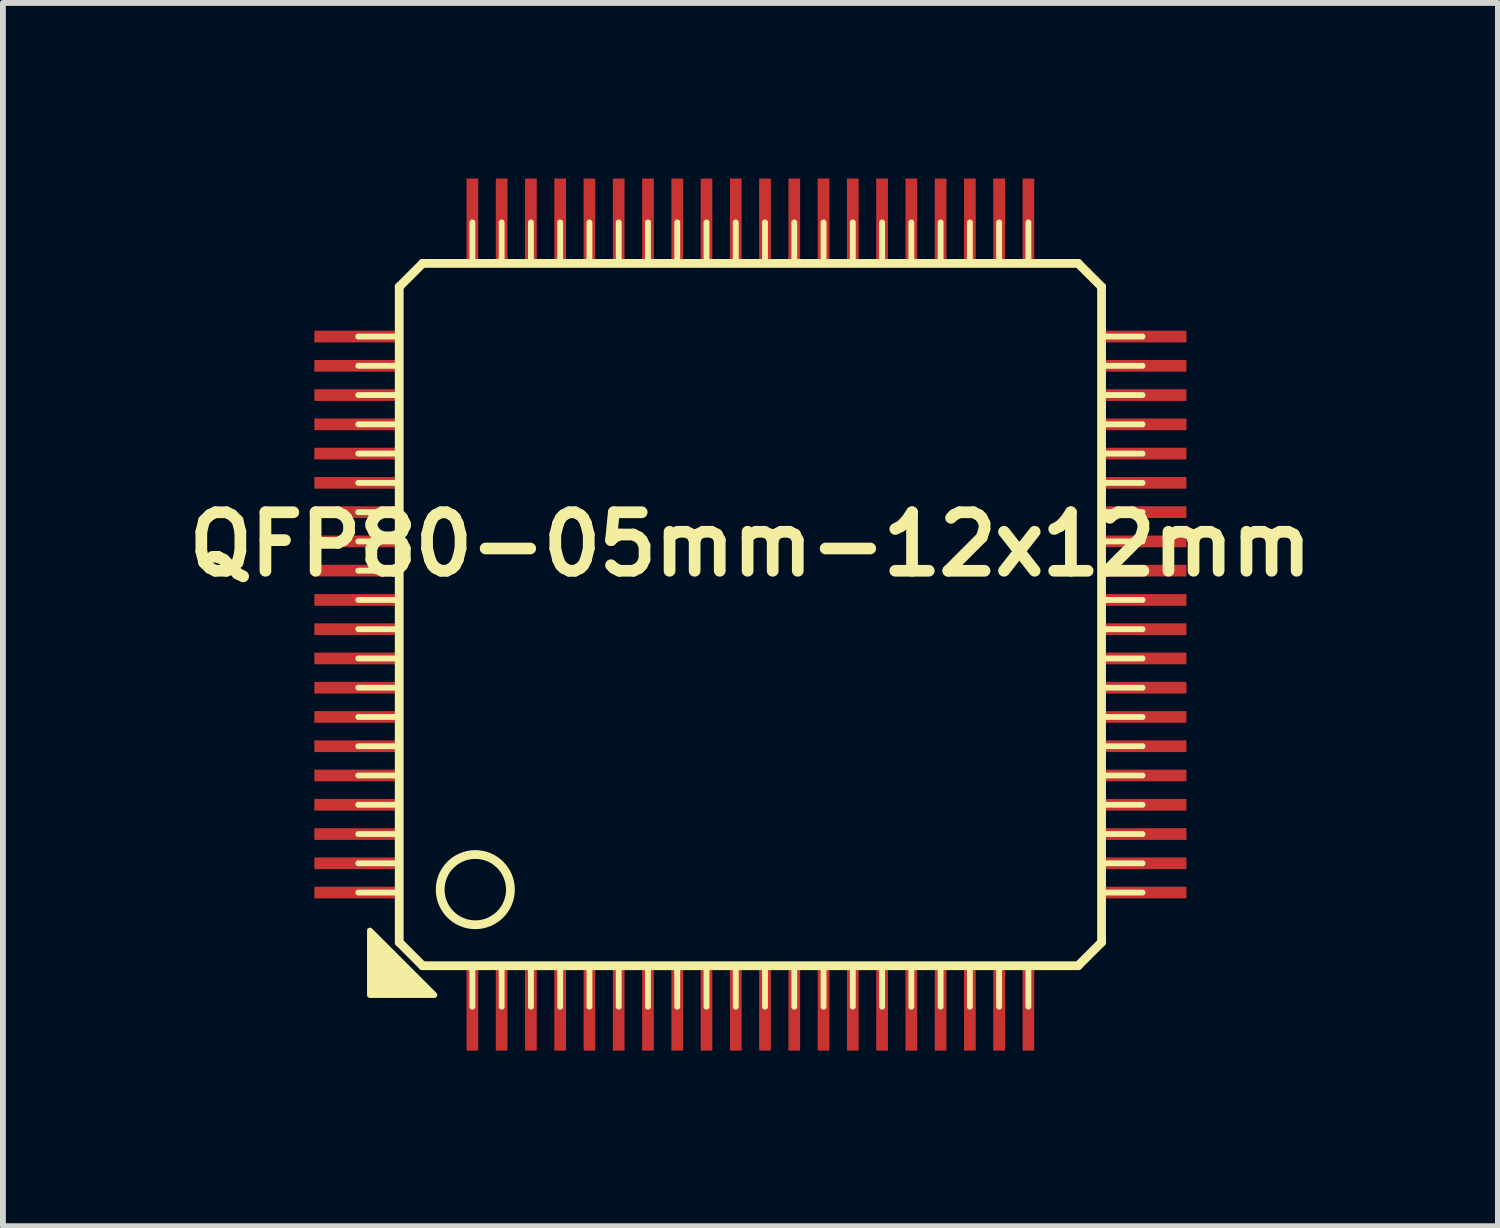
<source format=kicad_pcb>
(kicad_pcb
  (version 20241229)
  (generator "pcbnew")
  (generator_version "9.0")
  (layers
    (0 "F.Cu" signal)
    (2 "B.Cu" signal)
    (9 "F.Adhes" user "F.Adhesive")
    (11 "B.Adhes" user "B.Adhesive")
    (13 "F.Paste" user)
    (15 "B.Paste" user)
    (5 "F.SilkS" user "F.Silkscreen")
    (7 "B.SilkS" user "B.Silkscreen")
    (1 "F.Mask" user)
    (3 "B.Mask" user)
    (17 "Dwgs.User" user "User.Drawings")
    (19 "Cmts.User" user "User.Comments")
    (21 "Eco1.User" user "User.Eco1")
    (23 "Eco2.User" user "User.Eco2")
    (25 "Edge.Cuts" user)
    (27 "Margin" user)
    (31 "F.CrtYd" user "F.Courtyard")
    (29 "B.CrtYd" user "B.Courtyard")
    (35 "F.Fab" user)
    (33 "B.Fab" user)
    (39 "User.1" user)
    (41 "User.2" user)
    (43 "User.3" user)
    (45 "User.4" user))
  (footprint "QFP80-05mm-12x12mm"
    (layer "F.Cu")
    (at 9.771 7.45)
    (property "Reference" "QFP80-05mm-12x12mm" (at 0 -1.2 0) (layer "F.SilkS") (effects (font (size 1 1) (thickness 0.2))))
    (attr through_hole)
    (fp_line (start -6 -5.6) (end -6 5.6) (stroke (width 0.15) (type solid)) (layer "F.SilkS"))
    (fp_line (start -6 -4.75) (end -6.7 -4.75) (stroke (width 0.1) (type solid)) (layer "F.SilkS"))
    (fp_line (start -6 -4.25) (end -6.7 -4.25) (stroke (width 0.1) (type solid)) (layer "F.SilkS"))
    (fp_line (start -6 -3.75) (end -6.7 -3.75) (stroke (width 0.1) (type solid)) (layer "F.SilkS"))
    (fp_line (start -6 -3.25) (end -6.7 -3.25) (stroke (width 0.1) (type solid)) (layer "F.SilkS"))
    (fp_line (start -6 -2.75) (end -6.7 -2.75) (stroke (width 0.1) (type solid)) (layer "F.SilkS"))
    (fp_line (start -6 -2.25) (end -6.7 -2.25) (stroke (width 0.1) (type solid)) (layer "F.SilkS"))
    (fp_line (start -6 -1.75) (end -6.7 -1.75) (stroke (width 0.1) (type solid)) (layer "F.SilkS"))
    (fp_line (start -6 -1.25) (end -6.7 -1.25) (stroke (width 0.1) (type solid)) (layer "F.SilkS"))
    (fp_line (start -6 -0.75) (end -6.7 -0.75) (stroke (width 0.1) (type solid)) (layer "F.SilkS"))
    (fp_line (start -6 -0.25) (end -6.7 -0.25) (stroke (width 0.1) (type solid)) (layer "F.SilkS"))
    (fp_line (start -6 0.25) (end -6.7 0.25) (stroke (width 0.1) (type solid)) (layer "F.SilkS"))
    (fp_line (start -6 0.75) (end -6.7 0.75) (stroke (width 0.1) (type solid)) (layer "F.SilkS"))
    (fp_line (start -6 1.25) (end -6.7 1.25) (stroke (width 0.1) (type solid)) (layer "F.SilkS"))
    (fp_line (start -6 1.75) (end -6.7 1.75) (stroke (width 0.1) (type solid)) (layer "F.SilkS"))
    (fp_line (start -6 2.25) (end -6.7 2.25) (stroke (width 0.1) (type solid)) (layer "F.SilkS"))
    (fp_line (start -6 2.75) (end -6.7 2.75) (stroke (width 0.1) (type solid)) (layer "F.SilkS"))
    (fp_line (start -6 3.25) (end -6.7 3.25) (stroke (width 0.1) (type solid)) (layer "F.SilkS"))
    (fp_line (start -6 3.75) (end -6.7 3.75) (stroke (width 0.1) (type solid)) (layer "F.SilkS"))
    (fp_line (start -6 4.25) (end -6.7 4.25) (stroke (width 0.1) (type solid)) (layer "F.SilkS"))
    (fp_line (start -6 4.75) (end -6.7 4.75) (stroke (width 0.1) (type solid)) (layer "F.SilkS"))
    (fp_line (start -6 5.6) (end -5.6 6) (stroke (width 0.15) (type solid)) (layer "F.SilkS"))
    (fp_line (start -5.6 -6) (end -6 -5.6) (stroke (width 0.15) (type solid)) (layer "F.SilkS"))
    (fp_line (start -5.6 6) (end 5.6 6) (stroke (width 0.15) (type solid)) (layer "F.SilkS"))
    (fp_line (start -4.75 -6.7) (end -4.75 -6) (stroke (width 0.1) (type solid)) (layer "F.SilkS"))
    (fp_line (start -4.75 6) (end -4.75 6.7) (stroke (width 0.1) (type solid)) (layer "F.SilkS"))
    (fp_line (start -4.25 -6.7) (end -4.25 -6) (stroke (width 0.1) (type solid)) (layer "F.SilkS"))
    (fp_line (start -4.25 6) (end -4.25 6.7) (stroke (width 0.1) (type solid)) (layer "F.SilkS"))
    (fp_line (start -3.75 -6.7) (end -3.75 -6) (stroke (width 0.1) (type solid)) (layer "F.SilkS"))
    (fp_line (start -3.75 6) (end -3.75 6.7) (stroke (width 0.1) (type solid)) (layer "F.SilkS"))
    (fp_line (start -3.25 -6.7) (end -3.25 -6) (stroke (width 0.1) (type solid)) (layer "F.SilkS"))
    (fp_line (start -3.25 6) (end -3.25 6.7) (stroke (width 0.1) (type solid)) (layer "F.SilkS"))
    (fp_line (start -2.75 -6.7) (end -2.75 -6) (stroke (width 0.1) (type solid)) (layer "F.SilkS"))
    (fp_line (start -2.75 6) (end -2.75 6.7) (stroke (width 0.1) (type solid)) (layer "F.SilkS"))
    (fp_line (start -2.25 -6.7) (end -2.25 -6) (stroke (width 0.1) (type solid)) (layer "F.SilkS"))
    (fp_line (start -2.25 6) (end -2.25 6.7) (stroke (width 0.1) (type solid)) (layer "F.SilkS"))
    (fp_line (start -1.75 -6.7) (end -1.75 -6) (stroke (width 0.1) (type solid)) (layer "F.SilkS"))
    (fp_line (start -1.75 6) (end -1.75 6.7) (stroke (width 0.1) (type solid)) (layer "F.SilkS"))
    (fp_line (start -1.25 -6.7) (end -1.25 -6) (stroke (width 0.1) (type solid)) (layer "F.SilkS"))
    (fp_line (start -1.25 6) (end -1.25 6.7) (stroke (width 0.1) (type solid)) (layer "F.SilkS"))
    (fp_line (start -0.75 -6.7) (end -0.75 -6) (stroke (width 0.1) (type solid)) (layer "F.SilkS"))
    (fp_line (start -0.75 6) (end -0.75 6.7) (stroke (width 0.1) (type solid)) (layer "F.SilkS"))
    (fp_line (start -0.25 -6.7) (end -0.25 -6) (stroke (width 0.1) (type solid)) (layer "F.SilkS"))
    (fp_line (start -0.25 6) (end -0.25 6.7) (stroke (width 0.1) (type solid)) (layer "F.SilkS"))
    (fp_line (start 0.25 -6.7) (end 0.25 -6) (stroke (width 0.1) (type solid)) (layer "F.SilkS"))
    (fp_line (start 0.25 6) (end 0.25 6.7) (stroke (width 0.1) (type solid)) (layer "F.SilkS"))
    (fp_line (start 0.75 -6.7) (end 0.75 -6) (stroke (width 0.1) (type solid)) (layer "F.SilkS"))
    (fp_line (start 0.75 6) (end 0.75 6.7) (stroke (width 0.1) (type solid)) (layer "F.SilkS"))
    (fp_line (start 1.25 -6.7) (end 1.25 -6) (stroke (width 0.1) (type solid)) (layer "F.SilkS"))
    (fp_line (start 1.25 6) (end 1.25 6.7) (stroke (width 0.1) (type solid)) (layer "F.SilkS"))
    (fp_line (start 1.75 -6.7) (end 1.75 -6) (stroke (width 0.1) (type solid)) (layer "F.SilkS"))
    (fp_line (start 1.75 6) (end 1.75 6.7) (stroke (width 0.1) (type solid)) (layer "F.SilkS"))
    (fp_line (start 2.25 -6.7) (end 2.25 -6) (stroke (width 0.1) (type solid)) (layer "F.SilkS"))
    (fp_line (start 2.25 6) (end 2.25 6.7) (stroke (width 0.1) (type solid)) (layer "F.SilkS"))
    (fp_line (start 2.75 -6.7) (end 2.75 -6) (stroke (width 0.1) (type solid)) (layer "F.SilkS"))
    (fp_line (start 2.75 6) (end 2.75 6.7) (stroke (width 0.1) (type solid)) (layer "F.SilkS"))
    (fp_line (start 3.25 -6.7) (end 3.25 -6) (stroke (width 0.1) (type solid)) (layer "F.SilkS"))
    (fp_line (start 3.25 6) (end 3.25 6.7) (stroke (width 0.1) (type solid)) (layer "F.SilkS"))
    (fp_line (start 3.75 -6.7) (end 3.75 -6) (stroke (width 0.1) (type solid)) (layer "F.SilkS"))
    (fp_line (start 3.75 6) (end 3.75 6.7) (stroke (width 0.1) (type solid)) (layer "F.SilkS"))
    (fp_line (start 4.25 -6.7) (end 4.25 -6) (stroke (width 0.1) (type solid)) (layer "F.SilkS"))
    (fp_line (start 4.25 6) (end 4.25 6.7) (stroke (width 0.1) (type solid)) (layer "F.SilkS"))
    (fp_line (start 4.75 -6.7) (end 4.75 -6) (stroke (width 0.1) (type solid)) (layer "F.SilkS"))
    (fp_line (start 4.75 6) (end 4.75 6.7) (stroke (width 0.1) (type solid)) (layer "F.SilkS"))
    (fp_line (start 5.6 -6) (end -5.6 -6) (stroke (width 0.15) (type solid)) (layer "F.SilkS"))
    (fp_line (start 5.6 6) (end 6 5.6) (stroke (width 0.15) (type solid)) (layer "F.SilkS"))
    (fp_line (start 6 -5.6) (end 5.6 -6) (stroke (width 0.15) (type solid)) (layer "F.SilkS"))
    (fp_line (start 6 5.6) (end 6 -5.6) (stroke (width 0.15) (type solid)) (layer "F.SilkS"))
    (fp_line (start 6.7 -4.75) (end 6 -4.75) (stroke (width 0.1) (type solid)) (layer "F.SilkS"))
    (fp_line (start 6.7 -4.25) (end 6 -4.25) (stroke (width 0.1) (type solid)) (layer "F.SilkS"))
    (fp_line (start 6.7 -3.75) (end 6 -3.75) (stroke (width 0.1) (type solid)) (layer "F.SilkS"))
    (fp_line (start 6.7 -3.25) (end 6 -3.25) (stroke (width 0.1) (type solid)) (layer "F.SilkS"))
    (fp_line (start 6.7 -2.75) (end 6 -2.75) (stroke (width 0.1) (type solid)) (layer "F.SilkS"))
    (fp_line (start 6.7 -2.25) (end 6 -2.25) (stroke (width 0.1) (type solid)) (layer "F.SilkS"))
    (fp_line (start 6.7 -1.75) (end 6 -1.75) (stroke (width 0.1) (type solid)) (layer "F.SilkS"))
    (fp_line (start 6.7 -1.25) (end 6 -1.25) (stroke (width 0.1) (type solid)) (layer "F.SilkS"))
    (fp_line (start 6.7 -0.75) (end 6 -0.75) (stroke (width 0.1) (type solid)) (layer "F.SilkS"))
    (fp_line (start 6.7 -0.25) (end 6 -0.25) (stroke (width 0.1) (type solid)) (layer "F.SilkS"))
    (fp_line (start 6.7 0.25) (end 6 0.25) (stroke (width 0.1) (type solid)) (layer "F.SilkS"))
    (fp_line (start 6.7 0.75) (end 6 0.75) (stroke (width 0.1) (type solid)) (layer "F.SilkS"))
    (fp_line (start 6.7 1.25) (end 6 1.25) (stroke (width 0.1) (type solid)) (layer "F.SilkS"))
    (fp_line (start 6.7 1.75) (end 6 1.75) (stroke (width 0.1) (type solid)) (layer "F.SilkS"))
    (fp_line (start 6.7 2.25) (end 6 2.25) (stroke (width 0.1) (type solid)) (layer "F.SilkS"))
    (fp_line (start 6.7 2.75) (end 6 2.75) (stroke (width 0.1) (type solid)) (layer "F.SilkS"))
    (fp_line (start 6.7 3.25) (end 6 3.25) (stroke (width 0.1) (type solid)) (layer "F.SilkS"))
    (fp_line (start 6.7 3.75) (end 6 3.75) (stroke (width 0.1) (type solid)) (layer "F.SilkS"))
    (fp_line (start 6.7 4.25) (end 6 4.25) (stroke (width 0.1) (type solid)) (layer "F.SilkS"))
    (fp_line (start 6.7 4.75) (end 6 4.75) (stroke (width 0.1) (type solid)) (layer "F.SilkS"))
    (fp_circle (center -4.7 4.7) (end -4.1 4.7) (stroke (width 0.15) (type solid)) (fill no) (layer "F.SilkS"))
    (fp_poly (pts (xy -5.4 6.5) (xy -6.5 6.5) (xy -6.5 5.4)) (stroke (width 0.1) (type solid)) (fill yes) (layer "F.SilkS"))
    (pad "1" smd rect (at -4.75 6.7) (size 0.2 1.5) (layers "F.Cu" "F.Mask" "F.Paste"))
    (pad "2" smd rect (at -4.25 6.7) (size 0.2 1.5) (layers "F.Cu" "F.Mask" "F.Paste"))
    (pad "3" smd rect (at -3.75 6.7) (size 0.2 1.5) (layers "F.Cu" "F.Mask" "F.Paste"))
    (pad "4" smd rect (at -3.25 6.7) (size 0.2 1.5) (layers "F.Cu" "F.Mask" "F.Paste"))
    (pad "5" smd rect (at -2.75 6.7) (size 0.2 1.5) (layers "F.Cu" "F.Mask" "F.Paste"))
    (pad "6" smd rect (at -2.25 6.7) (size 0.2 1.5) (layers "F.Cu" "F.Mask" "F.Paste"))
    (pad "7" smd rect (at -1.75 6.7) (size 0.2 1.5) (layers "F.Cu" "F.Mask" "F.Paste"))
    (pad "8" smd rect (at -1.25 6.7) (size 0.2 1.5) (layers "F.Cu" "F.Mask" "F.Paste"))
    (pad "9" smd rect (at -0.75 6.7) (size 0.2 1.5) (layers "F.Cu" "F.Mask" "F.Paste"))
    (pad "10" smd rect (at -0.25 6.7) (size 0.2 1.5) (layers "F.Cu" "F.Mask" "F.Paste"))
    (pad "11" smd rect (at 0.25 6.7) (size 0.2 1.5) (layers "F.Cu" "F.Mask" "F.Paste"))
    (pad "12" smd rect (at 0.75 6.7) (size 0.2 1.5) (layers "F.Cu" "F.Mask" "F.Paste"))
    (pad "13" smd rect (at 1.25 6.7) (size 0.2 1.5) (layers "F.Cu" "F.Mask" "F.Paste"))
    (pad "14" smd rect (at 1.75 6.7) (size 0.2 1.5) (layers "F.Cu" "F.Mask" "F.Paste"))
    (pad "15" smd rect (at 2.25 6.7) (size 0.2 1.5) (layers "F.Cu" "F.Mask" "F.Paste"))
    (pad "16" smd rect (at 2.75 6.7) (size 0.2 1.5) (layers "F.Cu" "F.Mask" "F.Paste"))
    (pad "17" smd rect (at 3.25 6.7) (size 0.2 1.5) (layers "F.Cu" "F.Mask" "F.Paste"))
    (pad "18" smd rect (at 3.75 6.7) (size 0.2 1.5) (layers "F.Cu" "F.Mask" "F.Paste"))
    (pad "19" smd rect (at 4.25 6.7) (size 0.2 1.5) (layers "F.Cu" "F.Mask" "F.Paste"))
    (pad "20" smd rect (at 4.75 6.7) (size 0.2 1.5) (layers "F.Cu" "F.Mask" "F.Paste"))
    (pad "21" smd rect (at 6.7 4.75) (size 1.5 0.2) (layers "F.Cu" "F.Mask" "F.Paste"))
    (pad "22" smd rect (at 6.7 4.25) (size 1.5 0.2) (layers "F.Cu" "F.Mask" "F.Paste"))
    (pad "23" smd rect (at 6.7 3.75) (size 1.5 0.2) (layers "F.Cu" "F.Mask" "F.Paste"))
    (pad "24" smd rect (at 6.7 3.25) (size 1.5 0.2) (layers "F.Cu" "F.Mask" "F.Paste"))
    (pad "25" smd rect (at 6.7 2.75) (size 1.5 0.2) (layers "F.Cu" "F.Mask" "F.Paste"))
    (pad "26" smd rect (at 6.7 2.25) (size 1.5 0.2) (layers "F.Cu" "F.Mask" "F.Paste"))
    (pad "27" smd rect (at 6.7 1.75) (size 1.5 0.2) (layers "F.Cu" "F.Mask" "F.Paste"))
    (pad "28" smd rect (at 6.7 1.25) (size 1.5 0.2) (layers "F.Cu" "F.Mask" "F.Paste"))
    (pad "29" smd rect (at 6.7 0.75) (size 1.5 0.2) (layers "F.Cu" "F.Mask" "F.Paste"))
    (pad "30" smd rect (at 6.7 0.25) (size 1.5 0.2) (layers "F.Cu" "F.Mask" "F.Paste"))
    (pad "31" smd rect (at 6.7 -0.25) (size 1.5 0.2) (layers "F.Cu" "F.Mask" "F.Paste"))
    (pad "32" smd rect (at 6.7 -0.75) (size 1.5 0.2) (layers "F.Cu" "F.Mask" "F.Paste"))
    (pad "33" smd rect (at 6.7 -1.25) (size 1.5 0.2) (layers "F.Cu" "F.Mask" "F.Paste"))
    (pad "34" smd rect (at 6.7 -1.75) (size 1.5 0.2) (layers "F.Cu" "F.Mask" "F.Paste"))
    (pad "35" smd rect (at 6.7 -2.25) (size 1.5 0.2) (layers "F.Cu" "F.Mask" "F.Paste"))
    (pad "36" smd rect (at 6.7 -2.75) (size 1.5 0.2) (layers "F.Cu" "F.Mask" "F.Paste"))
    (pad "37" smd rect (at 6.7 -3.25) (size 1.5 0.2) (layers "F.Cu" "F.Mask" "F.Paste"))
    (pad "38" smd rect (at 6.7 -3.75) (size 1.5 0.2) (layers "F.Cu" "F.Mask" "F.Paste"))
    (pad "39" smd rect (at 6.7 -4.25) (size 1.5 0.2) (layers "F.Cu" "F.Mask" "F.Paste"))
    (pad "40" smd rect (at 6.7 -4.75) (size 1.5 0.2) (layers "F.Cu" "F.Mask" "F.Paste"))
    (pad "41" smd rect (at 4.75 -6.7) (size 0.2 1.5) (layers "F.Cu" "F.Mask" "F.Paste"))
    (pad "42" smd rect (at 4.25 -6.7) (size 0.2 1.5) (layers "F.Cu" "F.Mask" "F.Paste"))
    (pad "43" smd rect (at 3.75 -6.7) (size 0.2 1.5) (layers "F.Cu" "F.Mask" "F.Paste"))
    (pad "44" smd rect (at 3.25 -6.7) (size 0.2 1.5) (layers "F.Cu" "F.Mask" "F.Paste"))
    (pad "45" smd rect (at 2.75 -6.7) (size 0.2 1.5) (layers "F.Cu" "F.Mask" "F.Paste"))
    (pad "46" smd rect (at 2.25 -6.7) (size 0.2 1.5) (layers "F.Cu" "F.Mask" "F.Paste"))
    (pad "47" smd rect (at 1.75 -6.7) (size 0.2 1.5) (layers "F.Cu" "F.Mask" "F.Paste"))
    (pad "48" smd rect (at 1.25 -6.7) (size 0.2 1.5) (layers "F.Cu" "F.Mask" "F.Paste"))
    (pad "49" smd rect (at 0.75 -6.7) (size 0.2 1.5) (layers "F.Cu" "F.Mask" "F.Paste"))
    (pad "50" smd rect (at 0.25 -6.7) (size 0.2 1.5) (layers "F.Cu" "F.Mask" "F.Paste"))
    (pad "51" smd rect (at -0.25 -6.7) (size 0.2 1.5) (layers "F.Cu" "F.Mask" "F.Paste"))
    (pad "52" smd rect (at -0.75 -6.7) (size 0.2 1.5) (layers "F.Cu" "F.Mask" "F.Paste"))
    (pad "53" smd rect (at -1.25 -6.7) (size 0.2 1.5) (layers "F.Cu" "F.Mask" "F.Paste"))
    (pad "54" smd rect (at -1.75 -6.7) (size 0.2 1.5) (layers "F.Cu" "F.Mask" "F.Paste"))
    (pad "55" smd rect (at -2.25 -6.7) (size 0.2 1.5) (layers "F.Cu" "F.Mask" "F.Paste"))
    (pad "56" smd rect (at -2.75 -6.7) (size 0.2 1.5) (layers "F.Cu" "F.Mask" "F.Paste"))
    (pad "57" smd rect (at -3.25 -6.7) (size 0.2 1.5) (layers "F.Cu" "F.Mask" "F.Paste"))
    (pad "58" smd rect (at -3.75 -6.7) (size 0.2 1.5) (layers "F.Cu" "F.Mask" "F.Paste"))
    (pad "59" smd rect (at -4.25 -6.7) (size 0.2 1.5) (layers "F.Cu" "F.Mask" "F.Paste"))
    (pad "60" smd rect (at -4.75 -6.7) (size 0.2 1.5) (layers "F.Cu" "F.Mask" "F.Paste"))
    (pad "61" smd rect (at -6.7 -4.75) (size 1.5 0.2) (layers "F.Cu" "F.Mask" "F.Paste"))
    (pad "62" smd rect (at -6.7 -4.25) (size 1.5 0.2) (layers "F.Cu" "F.Mask" "F.Paste"))
    (pad "63" smd rect (at -6.7 -3.75) (size 1.5 0.2) (layers "F.Cu" "F.Mask" "F.Paste"))
    (pad "64" smd rect (at -6.7 -3.25) (size 1.5 0.2) (layers "F.Cu" "F.Mask" "F.Paste"))
    (pad "65" smd rect (at -6.7 -2.75) (size 1.5 0.2) (layers "F.Cu" "F.Mask" "F.Paste"))
    (pad "66" smd rect (at -6.7 -2.25) (size 1.5 0.2) (layers "F.Cu" "F.Mask" "F.Paste"))
    (pad "67" smd rect (at -6.7 -1.75) (size 1.5 0.2) (layers "F.Cu" "F.Mask" "F.Paste"))
    (pad "68" smd rect (at -6.7 -1.25) (size 1.5 0.2) (layers "F.Cu" "F.Mask" "F.Paste"))
    (pad "69" smd rect (at -6.7 -0.75) (size 1.5 0.2) (layers "F.Cu" "F.Mask" "F.Paste"))
    (pad "70" smd rect (at -6.7 -0.25) (size 1.5 0.2) (layers "F.Cu" "F.Mask" "F.Paste"))
    (pad "71" smd rect (at -6.7 0.25) (size 1.5 0.2) (layers "F.Cu" "F.Mask" "F.Paste"))
    (pad "72" smd rect (at -6.7 0.75) (size 1.5 0.2) (layers "F.Cu" "F.Mask" "F.Paste"))
    (pad "73" smd rect (at -6.7 1.25) (size 1.5 0.2) (layers "F.Cu" "F.Mask" "F.Paste"))
    (pad "74" smd rect (at -6.7 1.75) (size 1.5 0.2) (layers "F.Cu" "F.Mask" "F.Paste"))
    (pad "75" smd rect (at -6.7 2.25) (size 1.5 0.2) (layers "F.Cu" "F.Mask" "F.Paste"))
    (pad "76" smd rect (at -6.7 2.75) (size 1.5 0.2) (layers "F.Cu" "F.Mask" "F.Paste"))
    (pad "77" smd rect (at -6.7 3.25) (size 1.5 0.2) (layers "F.Cu" "F.Mask" "F.Paste"))
    (pad "78" smd rect (at -6.7 3.75) (size 1.5 0.2) (layers "F.Cu" "F.Mask" "F.Paste"))
    (pad "79" smd rect (at -6.7 4.25) (size 1.5 0.2) (layers "F.Cu" "F.Mask" "F.Paste"))
    (pad "80" smd rect (at -6.7 4.75) (size 1.5 0.2) (layers "F.Cu" "F.Mask" "F.Paste")))
  (gr_rect
    (start -3 -3)
    (end 22.543 17.9)
    (stroke (width 0.1) (type default))
    (fill no)
    (layer "Edge.Cuts")))
</source>
